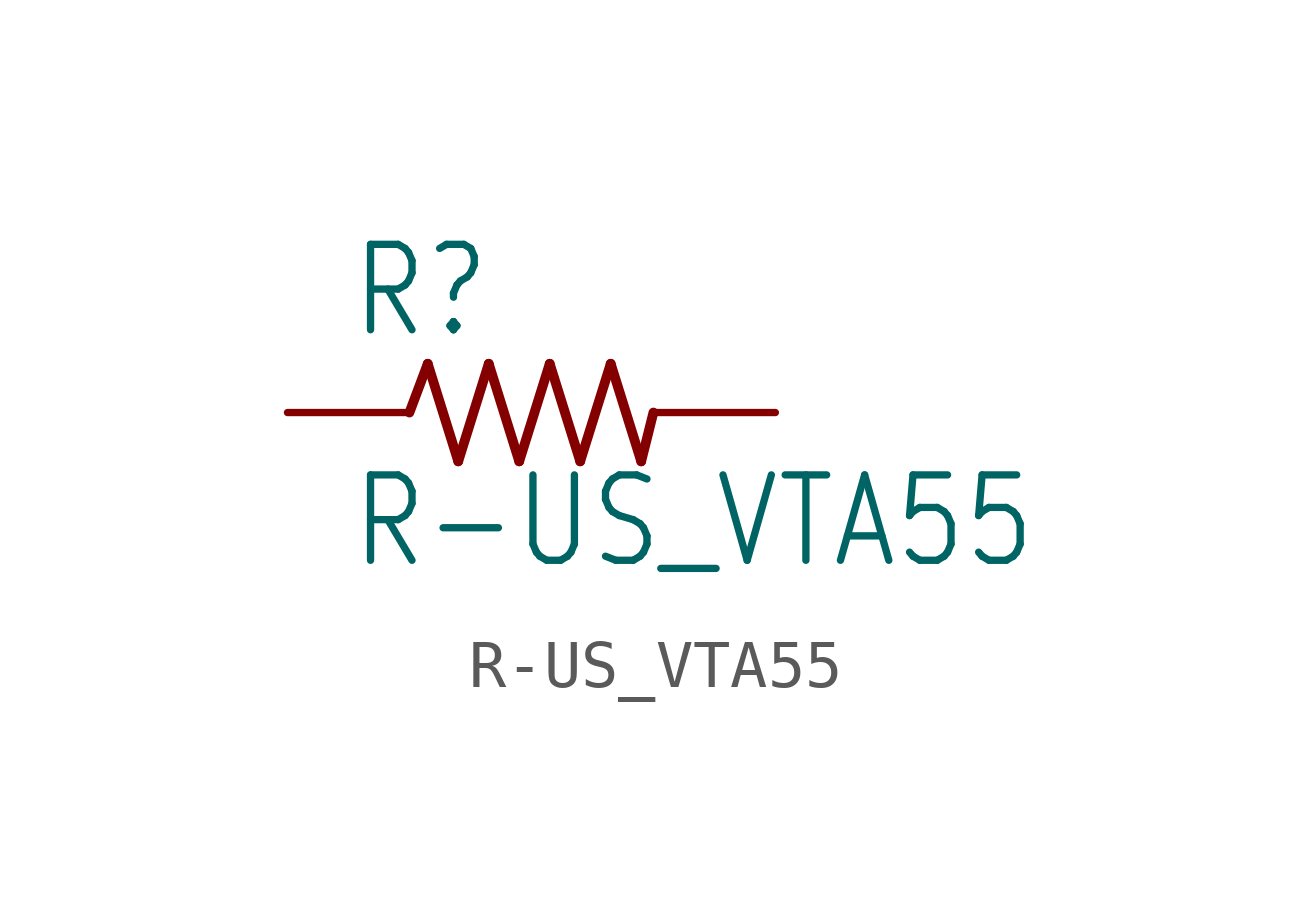
<source format=kicad_sym>
(kicad_symbol_lib
  (version 20211014)
  (generator kicad_symbol_editor)
  (symbol "R-US_VTA55"
    (property "Reference" "R"
      (at -3.81 1.499 0)
      (effects (font (size 1.778 1.511)) (justify left bottom)))
    (property "Value" "R-US_VTA55"
      (at -3.81 -3.302 0)
      (effects (font (size 1.778 1.511)) (justify left bottom)))
    (property "ki_locked" ""
      (at 0 0 0)
      (effects (font (size 1.27 1.27))))
    (symbol "R-US_VTA55_1_0"
      (polyline (pts (xy -2.54 0) (xy -2.159 1.016)) (stroke (width 0.203) (type default) (color 0 0 0 0)) (fill (type none)))
      (polyline (pts (xy -2.159 1.016) (xy -1.524 -1.016)) (stroke (width 0.203) (type default) (color 0 0 0 0)) (fill (type none)))
      (polyline (pts (xy -1.524 -1.016) (xy -0.889 1.016)) (stroke (width 0.203) (type default) (color 0 0 0 0)) (fill (type none)))
      (polyline (pts (xy -0.889 1.016) (xy -0.254 -1.016)) (stroke (width 0.203) (type default) (color 0 0 0 0)) (fill (type none)))
      (polyline (pts (xy -0.254 -1.016) (xy 0.381 1.016)) (stroke (width 0.203) (type default) (color 0 0 0 0)) (fill (type none)))
      (polyline (pts (xy 0.381 1.016) (xy 1.016 -1.016)) (stroke (width 0.203) (type default) (color 0 0 0 0)) (fill (type none)))
      (polyline (pts (xy 1.016 -1.016) (xy 1.651 1.016)) (stroke (width 0.203) (type default) (color 0 0 0 0)) (fill (type none)))
      (polyline (pts (xy 1.651 1.016) (xy 2.286 -1.016)) (stroke (width 0.203) (type default) (color 0 0 0 0)) (fill (type none)))
      (polyline (pts (xy 2.286 -1.016) (xy 2.54 0)) (stroke (width 0.203) (type default) (color 0 0 0 0)) (fill (type none)))
      (pin passive line (at -5.08 0 0) (length 2.54) (name "1" (effects (font (size 0 0)))) (number "1" (effects (font (size 0 0)))))
      (pin passive line (at 5.08 0 180) (length 2.54) (name "2" (effects (font (size 0 0)))) (number "2" (effects (font (size 0 0))))))))
</source>
